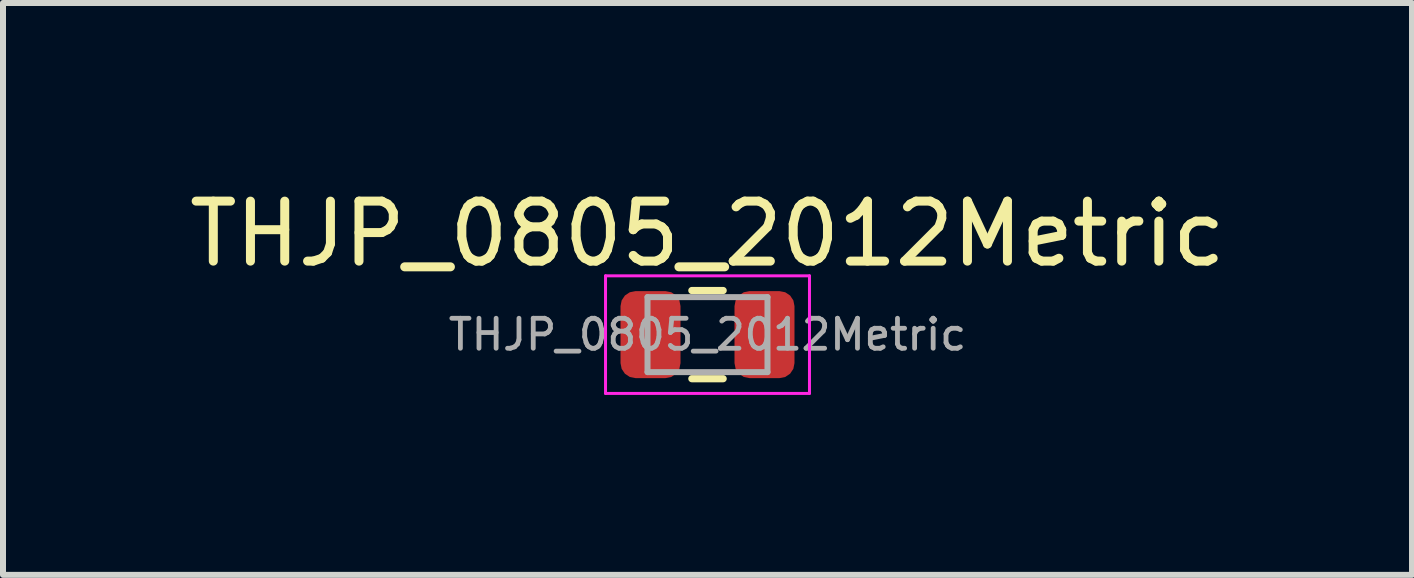
<source format=kicad_pcb>
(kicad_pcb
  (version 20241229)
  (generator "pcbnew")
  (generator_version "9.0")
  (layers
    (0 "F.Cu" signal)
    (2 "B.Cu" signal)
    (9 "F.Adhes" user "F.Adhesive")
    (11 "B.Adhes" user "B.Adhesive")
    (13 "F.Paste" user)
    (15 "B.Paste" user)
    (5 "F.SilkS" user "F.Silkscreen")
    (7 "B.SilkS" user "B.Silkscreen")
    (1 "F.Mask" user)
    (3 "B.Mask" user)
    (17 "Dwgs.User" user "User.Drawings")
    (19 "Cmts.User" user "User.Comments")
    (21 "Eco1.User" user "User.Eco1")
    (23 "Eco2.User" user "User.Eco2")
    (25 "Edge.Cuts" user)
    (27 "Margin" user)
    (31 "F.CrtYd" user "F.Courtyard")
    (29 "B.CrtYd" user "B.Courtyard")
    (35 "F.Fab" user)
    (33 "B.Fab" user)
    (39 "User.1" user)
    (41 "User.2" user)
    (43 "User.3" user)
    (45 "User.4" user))
  (footprint "THJP_0805_2012Metric"
    (layer "F.Cu")
    (at 8.744 2.528)
    (property "Reference" "THJP_0805_2012Metric" (at 0 -1.68 0) (layer "F.SilkS") (effects (font (size 1 1) (thickness 0.15))))
    (attr smd)
    (fp_line (start -0.261 -0.735) (end 0.261 -0.735) (stroke (width 0.12) (type solid)) (layer "F.SilkS"))
    (fp_line (start -0.261 0.735) (end 0.261 0.735) (stroke (width 0.12) (type solid)) (layer "F.SilkS"))
    (fp_line (start -1.7 -0.98) (end 1.7 -0.98) (stroke (width 0.05) (type solid)) (layer "F.CrtYd"))
    (fp_line (start -1.7 0.98) (end -1.7 -0.98) (stroke (width 0.05) (type solid)) (layer "F.CrtYd"))
    (fp_line (start 1.7 -0.98) (end 1.7 0.98) (stroke (width 0.05) (type solid)) (layer "F.CrtYd"))
    (fp_line (start 1.7 0.98) (end -1.7 0.98) (stroke (width 0.05) (type solid)) (layer "F.CrtYd"))
    (fp_line (start -1 -0.625) (end 1 -0.625) (stroke (width 0.1) (type solid)) (layer "F.Fab"))
    (fp_line (start -1 0.625) (end -1 -0.625) (stroke (width 0.1) (type solid)) (layer "F.Fab"))
    (fp_line (start 1 -0.625) (end 1 0.625) (stroke (width 0.1) (type solid)) (layer "F.Fab"))
    (fp_line (start 1 0.625) (end -1 0.625) (stroke (width 0.1) (type solid)) (layer "F.Fab"))
    (fp_text user "${REFERENCE}" (at 0 0 0) (layer "F.Fab") (effects (font (size 0.5 0.5) (thickness 0.08))))
    (pad "1" smd roundrect (at -0.95 0) (size 1 1.45) (layers "F.Cu" "F.Mask" "F.Paste") (roundrect_rratio 0.25))
    (pad "2" smd roundrect (at 0.95 0) (size 1 1.45) (layers "F.Cu" "F.Mask" "F.Paste") (roundrect_rratio 0.25)))
  (gr_rect
    (start -3 -3)
    (end 20.488 6.533)
    (stroke (width 0.1) (type default))
    (fill no)
    (layer "Edge.Cuts")))
</source>
